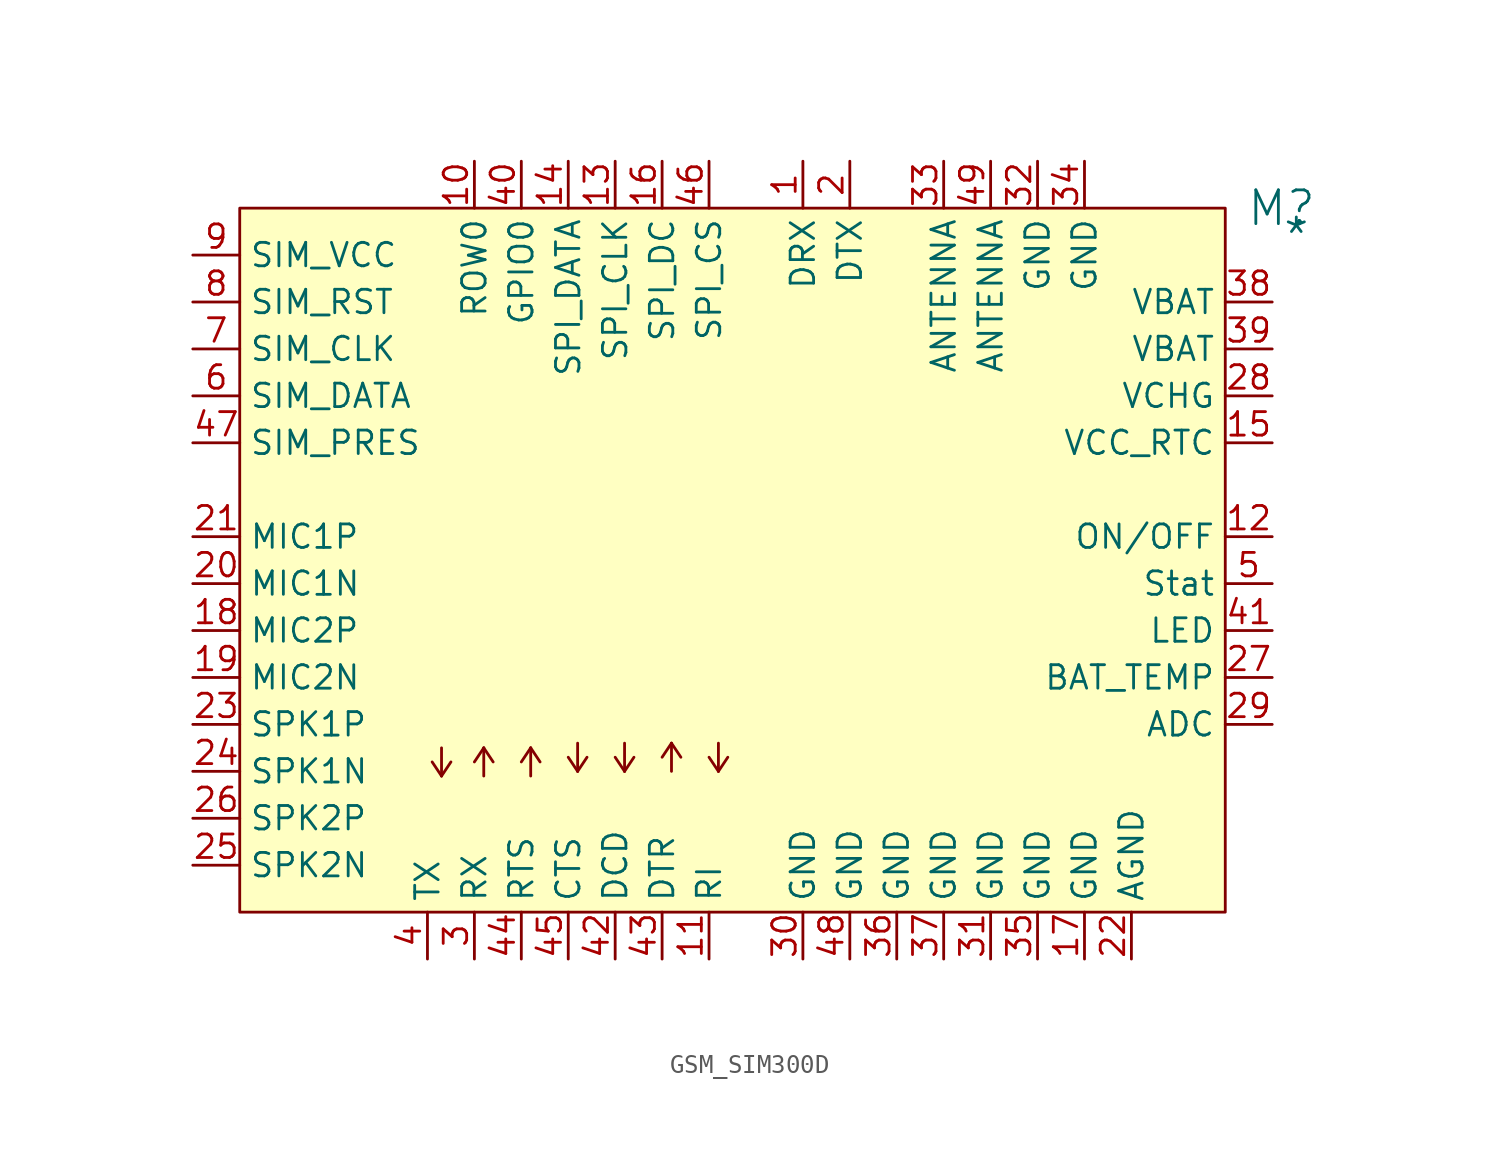
<source format=kicad_sym>
(kicad_symbol_lib
  (version 20241209)
  (generator "kicad_symbol_editor")
  (generator_version "9.0")
  (symbol "GSM_SIM300D"
    (property "Reference" "M"
      (at 56.388 0 0)
      (effects (font (size 1.829 1.829))))
    (property "Value" "*"
      (at 56.388 -2.54 0)
      (effects (font (size 1.829 1.829)) (justify left bottom)))
    (symbol "GSM_SIM300D_1_0"
      (polyline (pts (xy 10.922 -30.734) (xy 10.414 -29.972)) (stroke (width 0) (type solid)) (fill (type none)))
      (polyline (pts (xy 10.922 -30.734) (xy 10.922 -29.21)) (stroke (width 0) (type solid)) (fill (type none)))
      (polyline (pts (xy 11.43 -29.972) (xy 10.922 -30.734)) (stroke (width 0) (type solid)) (fill (type none)))
      (polyline (pts (xy 12.7 -29.972) (xy 13.208 -29.21)) (stroke (width 0) (type solid)) (fill (type none)))
      (polyline (pts (xy 13.208 -29.21) (xy 13.208 -30.734)) (stroke (width 0) (type solid)) (fill (type none)))
      (polyline (pts (xy 13.208 -29.21) (xy 13.716 -29.972)) (stroke (width 0) (type solid)) (fill (type none)))
      (polyline (pts (xy 15.24 -29.972) (xy 15.748 -29.21)) (stroke (width 0) (type solid)) (fill (type none)))
      (polyline (pts (xy 15.748 -29.21) (xy 15.748 -30.734)) (stroke (width 0) (type solid)) (fill (type none)))
      (polyline (pts (xy 15.748 -29.21) (xy 16.256 -29.972)) (stroke (width 0) (type solid)) (fill (type none)))
      (polyline (pts (xy 18.288 -30.48) (xy 17.78 -29.718)) (stroke (width 0) (type solid)) (fill (type none)))
      (polyline (pts (xy 18.288 -30.48) (xy 18.288 -28.956)) (stroke (width 0) (type solid)) (fill (type none)))
      (polyline (pts (xy 18.796 -29.718) (xy 18.288 -30.48)) (stroke (width 0) (type solid)) (fill (type none)))
      (polyline (pts (xy 20.828 -30.48) (xy 20.32 -29.718)) (stroke (width 0) (type solid)) (fill (type none)))
      (polyline (pts (xy 20.828 -30.48) (xy 20.828 -28.956)) (stroke (width 0) (type solid)) (fill (type none)))
      (polyline (pts (xy 21.336 -29.718) (xy 20.828 -30.48)) (stroke (width 0) (type solid)) (fill (type none)))
      (polyline (pts (xy 22.86 -29.718) (xy 23.368 -28.956)) (stroke (width 0) (type solid)) (fill (type none)))
      (polyline (pts (xy 23.368 -28.956) (xy 23.368 -30.48)) (stroke (width 0) (type solid)) (fill (type none)))
      (polyline (pts (xy 23.368 -28.956) (xy 23.876 -29.718)) (stroke (width 0) (type solid)) (fill (type none)))
      (polyline (pts (xy 25.908 -30.48) (xy 25.4 -29.718)) (stroke (width 0) (type solid)) (fill (type none)))
      (polyline (pts (xy 25.908 -30.48) (xy 25.908 -28.956)) (stroke (width 0) (type solid)) (fill (type none)))
      (polyline (pts (xy 26.416 -29.718) (xy 25.908 -30.48)) (stroke (width 0) (type solid)) (fill (type none)))
      (rectangle (start 53.34 0) (end 0 -38.1) (stroke (width 0) (type solid) (color 128 0 0 1)) (fill (type background)))
      (pin passive line (at -2.54 -2.54 0) (length 2.54) (name "SIM_VCC" (effects (font (size 1.27 1.27)))) (number "9" (effects (font (size 1.27 1.27)))))
      (pin passive line (at -2.54 -5.08 0) (length 2.54) (name "SIM_RST" (effects (font (size 1.27 1.27)))) (number "8" (effects (font (size 1.27 1.27)))))
      (pin passive line (at -2.54 -7.62 0) (length 2.54) (name "SIM_CLK" (effects (font (size 1.27 1.27)))) (number "7" (effects (font (size 1.27 1.27)))))
      (pin passive line (at -2.54 -10.16 0) (length 2.54) (name "SIM_DATA" (effects (font (size 1.27 1.27)))) (number "6" (effects (font (size 1.27 1.27)))))
      (pin passive line (at -2.54 -12.7 0) (length 2.54) (name "SIM_PRES" (effects (font (size 1.27 1.27)))) (number "47" (effects (font (size 1.27 1.27)))))
      (pin passive line (at -2.54 -17.78 0) (length 2.54) (name "MIC1P" (effects (font (size 1.27 1.27)))) (number "21" (effects (font (size 1.27 1.27)))))
      (pin passive line (at -2.54 -20.32 0) (length 2.54) (name "MIC1N" (effects (font (size 1.27 1.27)))) (number "20" (effects (font (size 1.27 1.27)))))
      (pin passive line (at -2.54 -22.86 0) (length 2.54) (name "MIC2P" (effects (font (size 1.27 1.27)))) (number "18" (effects (font (size 1.27 1.27)))))
      (pin passive line (at -2.54 -25.4 0) (length 2.54) (name "MIC2N" (effects (font (size 1.27 1.27)))) (number "19" (effects (font (size 1.27 1.27)))))
      (pin passive line (at -2.54 -27.94 0) (length 2.54) (name "SPK1P" (effects (font (size 1.27 1.27)))) (number "23" (effects (font (size 1.27 1.27)))))
      (pin passive line (at -2.54 -30.48 0) (length 2.54) (name "SPK1N" (effects (font (size 1.27 1.27)))) (number "24" (effects (font (size 1.27 1.27)))))
      (pin passive line (at -2.54 -33.02 0) (length 2.54) (name "SPK2P" (effects (font (size 1.27 1.27)))) (number "26" (effects (font (size 1.27 1.27)))))
      (pin passive line (at -2.54 -35.56 0) (length 2.54) (name "SPK2N" (effects (font (size 1.27 1.27)))) (number "25" (effects (font (size 1.27 1.27)))))
      (pin passive line (at 10.16 -40.64 90) (length 2.54) (name "TX" (effects (font (size 1.27 1.27)))) (number "4" (effects (font (size 1.27 1.27)))))
      (pin passive line (at 12.7 2.54 270) (length 2.54) (name "ROW0" (effects (font (size 1.27 1.27)))) (number "10" (effects (font (size 1.27 1.27)))))
      (pin passive line (at 12.7 -40.64 90) (length 2.54) (name "RX" (effects (font (size 1.27 1.27)))) (number "3" (effects (font (size 1.27 1.27)))))
      (pin passive line (at 15.24 2.54 270) (length 2.54) (name "GPIO0" (effects (font (size 1.27 1.27)))) (number "40" (effects (font (size 1.27 1.27)))))
      (pin passive line (at 15.24 -40.64 90) (length 2.54) (name "RTS" (effects (font (size 1.27 1.27)))) (number "44" (effects (font (size 1.27 1.27)))))
      (pin passive line (at 17.78 2.54 270) (length 2.54) (name "SPI_DATA" (effects (font (size 1.27 1.27)))) (number "14" (effects (font (size 1.27 1.27)))))
      (pin passive line (at 17.78 -40.64 90) (length 2.54) (name "CTS" (effects (font (size 1.27 1.27)))) (number "45" (effects (font (size 1.27 1.27)))))
      (pin passive line (at 20.32 2.54 270) (length 2.54) (name "SPI_CLK" (effects (font (size 1.27 1.27)))) (number "13" (effects (font (size 1.27 1.27)))))
      (pin passive line (at 20.32 -40.64 90) (length 2.54) (name "DCD" (effects (font (size 1.27 1.27)))) (number "42" (effects (font (size 1.27 1.27)))))
      (pin passive line (at 22.86 2.54 270) (length 2.54) (name "SPI_DC" (effects (font (size 1.27 1.27)))) (number "16" (effects (font (size 1.27 1.27)))))
      (pin passive line (at 22.86 -40.64 90) (length 2.54) (name "DTR" (effects (font (size 1.27 1.27)))) (number "43" (effects (font (size 1.27 1.27)))))
      (pin passive line (at 25.4 2.54 270) (length 2.54) (name "SPI_CS" (effects (font (size 1.27 1.27)))) (number "46" (effects (font (size 1.27 1.27)))))
      (pin passive line (at 25.4 -40.64 90) (length 2.54) (name "RI" (effects (font (size 1.27 1.27)))) (number "11" (effects (font (size 1.27 1.27)))))
      (pin passive line (at 30.48 2.54 270) (length 2.54) (name "DRX" (effects (font (size 1.27 1.27)))) (number "1" (effects (font (size 1.27 1.27)))))
      (pin passive line (at 30.48 -40.64 90) (length 2.54) (name "GND" (effects (font (size 1.27 1.27)))) (number "30" (effects (font (size 1.27 1.27)))))
      (pin passive line (at 33.02 2.54 270) (length 2.54) (name "DTX" (effects (font (size 1.27 1.27)))) (number "2" (effects (font (size 1.27 1.27)))))
      (pin passive line (at 33.02 -40.64 90) (length 2.54) (name "GND" (effects (font (size 1.27 1.27)))) (number "48" (effects (font (size 1.27 1.27)))))
      (pin passive line (at 35.56 -40.64 90) (length 2.54) (name "GND" (effects (font (size 1.27 1.27)))) (number "36" (effects (font (size 1.27 1.27)))))
      (pin passive line (at 38.1 2.54 270) (length 2.54) (name "ANTENNA" (effects (font (size 1.27 1.27)))) (number "33" (effects (font (size 1.27 1.27)))))
      (pin passive line (at 38.1 -40.64 90) (length 2.54) (name "GND" (effects (font (size 1.27 1.27)))) (number "37" (effects (font (size 1.27 1.27)))))
      (pin passive line (at 40.64 2.54 270) (length 2.54) (name "ANTENNA" (effects (font (size 1.27 1.27)))) (number "49" (effects (font (size 1.27 1.27)))))
      (pin passive line (at 40.64 -40.64 90) (length 2.54) (name "GND" (effects (font (size 1.27 1.27)))) (number "31" (effects (font (size 1.27 1.27)))))
      (pin passive line (at 43.18 2.54 270) (length 2.54) (name "GND" (effects (font (size 1.27 1.27)))) (number "32" (effects (font (size 1.27 1.27)))))
      (pin passive line (at 43.18 -40.64 90) (length 2.54) (name "GND" (effects (font (size 1.27 1.27)))) (number "35" (effects (font (size 1.27 1.27)))))
      (pin passive line (at 45.72 2.54 270) (length 2.54) (name "GND" (effects (font (size 1.27 1.27)))) (number "34" (effects (font (size 1.27 1.27)))))
      (pin passive line (at 45.72 -40.64 90) (length 2.54) (name "GND" (effects (font (size 1.27 1.27)))) (number "17" (effects (font (size 1.27 1.27)))))
      (pin passive line (at 48.26 -40.64 90) (length 2.54) (name "AGND" (effects (font (size 1.27 1.27)))) (number "22" (effects (font (size 1.27 1.27)))))
      (pin passive line (at 55.88 -5.08 180) (length 2.54) (name "VBAT" (effects (font (size 1.27 1.27)))) (number "38" (effects (font (size 1.27 1.27)))))
      (pin passive line (at 55.88 -7.62 180) (length 2.54) (name "VBAT" (effects (font (size 1.27 1.27)))) (number "39" (effects (font (size 1.27 1.27)))))
      (pin passive line (at 55.88 -10.16 180) (length 2.54) (name "VCHG" (effects (font (size 1.27 1.27)))) (number "28" (effects (font (size 1.27 1.27)))))
      (pin passive line (at 55.88 -12.7 180) (length 2.54) (name "VCC_RTC" (effects (font (size 1.27 1.27)))) (number "15" (effects (font (size 1.27 1.27)))))
      (pin passive line (at 55.88 -17.78 180) (length 2.54) (name "ON/OFF" (effects (font (size 1.27 1.27)))) (number "12" (effects (font (size 1.27 1.27)))))
      (pin passive line (at 55.88 -20.32 180) (length 2.54) (name "Stat" (effects (font (size 1.27 1.27)))) (number "5" (effects (font (size 1.27 1.27)))))
      (pin passive line (at 55.88 -22.86 180) (length 2.54) (name "LED" (effects (font (size 1.27 1.27)))) (number "41" (effects (font (size 1.27 1.27)))))
      (pin passive line (at 55.88 -25.4 180) (length 2.54) (name "BAT_TEMP" (effects (font (size 1.27 1.27)))) (number "27" (effects (font (size 1.27 1.27)))))
      (pin passive line (at 55.88 -27.94 180) (length 2.54) (name "ADC" (effects (font (size 1.27 1.27)))) (number "29" (effects (font (size 1.27 1.27))))))))
</source>
